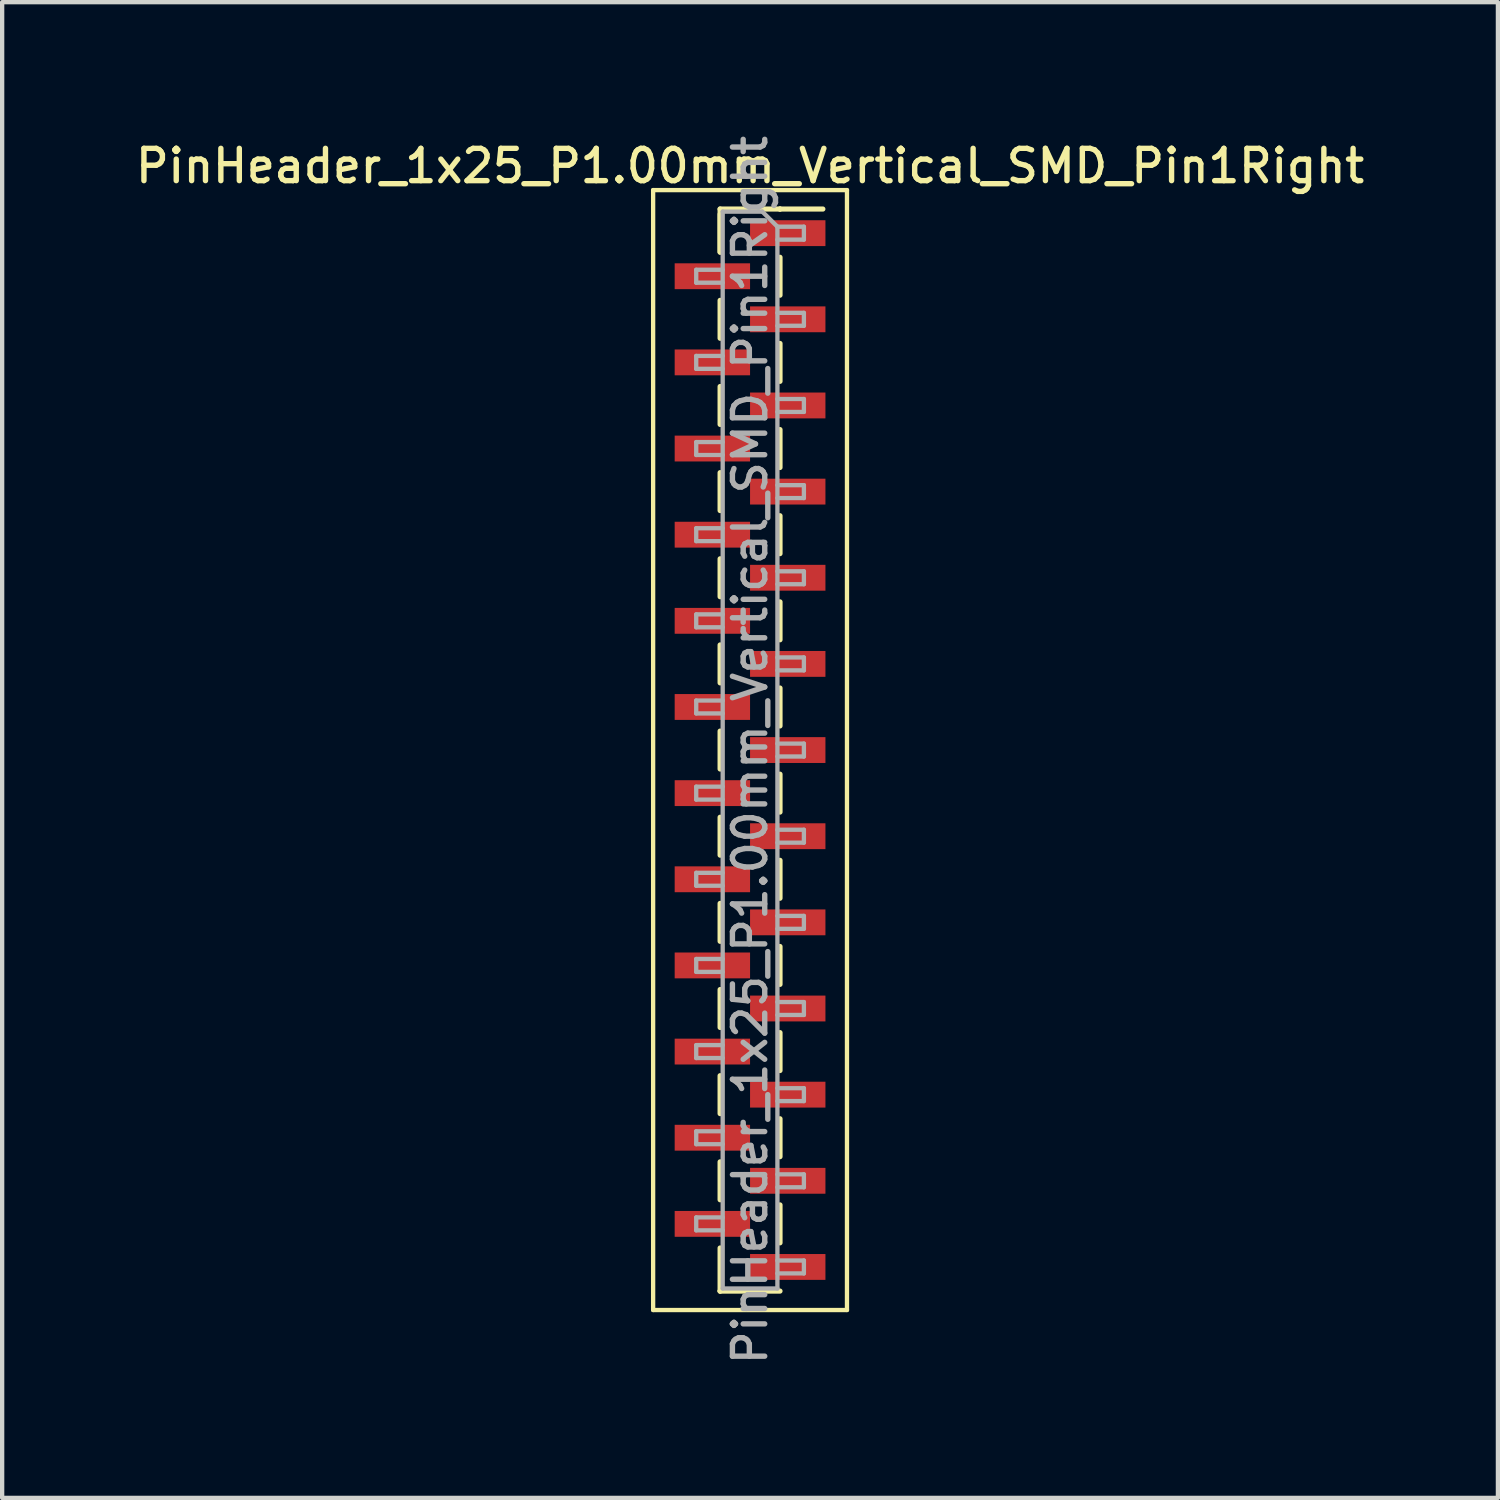
<source format=kicad_pcb>
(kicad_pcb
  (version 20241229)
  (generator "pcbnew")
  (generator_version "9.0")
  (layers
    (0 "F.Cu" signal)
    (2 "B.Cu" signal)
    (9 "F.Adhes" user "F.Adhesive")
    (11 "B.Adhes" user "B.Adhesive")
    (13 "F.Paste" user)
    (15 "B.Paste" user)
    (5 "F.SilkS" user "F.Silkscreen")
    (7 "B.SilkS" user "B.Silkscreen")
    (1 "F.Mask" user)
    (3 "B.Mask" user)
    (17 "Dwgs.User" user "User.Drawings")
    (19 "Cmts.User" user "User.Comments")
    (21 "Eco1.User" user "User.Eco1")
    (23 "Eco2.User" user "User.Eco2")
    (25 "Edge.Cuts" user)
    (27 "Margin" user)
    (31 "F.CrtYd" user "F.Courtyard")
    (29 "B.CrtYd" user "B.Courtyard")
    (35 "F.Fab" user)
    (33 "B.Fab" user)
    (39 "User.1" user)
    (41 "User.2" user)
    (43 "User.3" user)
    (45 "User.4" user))
  (footprint "PinHeader_1x25_P1.00mm_Vertical_SMD_Pin1Right"
    (layer "F.Cu")
    (at 14.363 14.363)
    (property "Reference" "PinHeader_1x25_P1.00mm_Vertical_SMD_Pin1Right" (at 0 -13.56 0) (layer "F.SilkS") (effects (font (size 0.75 0.75) (thickness 0.125))))
    (attr smd)
    (fp_line (start -2.25 -13) (end -2.25 13) (stroke (width 0.1) (type solid)) (layer "F.SilkS"))
    (fp_line (start -2.25 13) (end 2.25 13) (stroke (width 0.1) (type solid)) (layer "F.SilkS"))
    (fp_line (start -0.695 -12.56) (end -0.695 -11.56) (stroke (width 0.12) (type solid)) (layer "F.SilkS"))
    (fp_line (start -0.695 -12.56) (end 0.695 -12.56) (stroke (width 0.12) (type solid)) (layer "F.SilkS"))
    (fp_line (start -0.695 -12.44) (end -0.695 -11.56) (stroke (width 0.12) (type solid)) (layer "F.SilkS"))
    (fp_line (start -0.695 -10.44) (end -0.695 -9.56) (stroke (width 0.12) (type solid)) (layer "F.SilkS"))
    (fp_line (start -0.695 -8.44) (end -0.695 -7.56) (stroke (width 0.12) (type solid)) (layer "F.SilkS"))
    (fp_line (start -0.695 -6.44) (end -0.695 -5.56) (stroke (width 0.12) (type solid)) (layer "F.SilkS"))
    (fp_line (start -0.695 -4.44) (end -0.695 -3.56) (stroke (width 0.12) (type solid)) (layer "F.SilkS"))
    (fp_line (start -0.695 -2.44) (end -0.695 -1.56) (stroke (width 0.12) (type solid)) (layer "F.SilkS"))
    (fp_line (start -0.695 -0.44) (end -0.695 0.44) (stroke (width 0.12) (type solid)) (layer "F.SilkS"))
    (fp_line (start -0.695 1.56) (end -0.695 2.44) (stroke (width 0.12) (type solid)) (layer "F.SilkS"))
    (fp_line (start -0.695 3.56) (end -0.695 4.44) (stroke (width 0.12) (type solid)) (layer "F.SilkS"))
    (fp_line (start -0.695 5.56) (end -0.695 6.44) (stroke (width 0.12) (type solid)) (layer "F.SilkS"))
    (fp_line (start -0.695 7.56) (end -0.695 8.44) (stroke (width 0.12) (type solid)) (layer "F.SilkS"))
    (fp_line (start -0.695 9.56) (end -0.695 10.44) (stroke (width 0.12) (type solid)) (layer "F.SilkS"))
    (fp_line (start -0.695 11.56) (end -0.695 12.56) (stroke (width 0.12) (type solid)) (layer "F.SilkS"))
    (fp_line (start -0.695 12.56) (end -0.695 12.56) (stroke (width 0.12) (type solid)) (layer "F.SilkS"))
    (fp_line (start -0.695 12.56) (end 0.695 12.56) (stroke (width 0.12) (type solid)) (layer "F.SilkS"))
    (fp_line (start 0.695 -12.56) (end 0.695 -12.56) (stroke (width 0.12) (type solid)) (layer "F.SilkS"))
    (fp_line (start 0.695 -12.56) (end 1.69 -12.56) (stroke (width 0.12) (type solid)) (layer "F.SilkS"))
    (fp_line (start 0.695 -11.44) (end 0.695 -10.56) (stroke (width 0.12) (type solid)) (layer "F.SilkS"))
    (fp_line (start 0.695 -9.44) (end 0.695 -8.56) (stroke (width 0.12) (type solid)) (layer "F.SilkS"))
    (fp_line (start 0.695 -7.44) (end 0.695 -6.56) (stroke (width 0.12) (type solid)) (layer "F.SilkS"))
    (fp_line (start 0.695 -5.44) (end 0.695 -4.56) (stroke (width 0.12) (type solid)) (layer "F.SilkS"))
    (fp_line (start 0.695 -3.44) (end 0.695 -2.56) (stroke (width 0.12) (type solid)) (layer "F.SilkS"))
    (fp_line (start 0.695 -1.44) (end 0.695 -0.56) (stroke (width 0.12) (type solid)) (layer "F.SilkS"))
    (fp_line (start 0.695 0.56) (end 0.695 1.44) (stroke (width 0.12) (type solid)) (layer "F.SilkS"))
    (fp_line (start 0.695 2.56) (end 0.695 3.44) (stroke (width 0.12) (type solid)) (layer "F.SilkS"))
    (fp_line (start 0.695 4.56) (end 0.695 5.44) (stroke (width 0.12) (type solid)) (layer "F.SilkS"))
    (fp_line (start 0.695 6.56) (end 0.695 7.44) (stroke (width 0.12) (type solid)) (layer "F.SilkS"))
    (fp_line (start 0.695 8.56) (end 0.695 9.44) (stroke (width 0.12) (type solid)) (layer "F.SilkS"))
    (fp_line (start 0.695 10.56) (end 0.695 11.44) (stroke (width 0.12) (type solid)) (layer "F.SilkS"))
    (fp_line (start 2.25 -13) (end -2.25 -13) (stroke (width 0.1) (type solid)) (layer "F.SilkS"))
    (fp_line (start 2.25 13) (end 2.25 -13) (stroke (width 0.1) (type solid)) (layer "F.SilkS"))
    (fp_line (start -1.25 -11.15) (end -1.25 -10.85) (stroke (width 0.1) (type solid)) (layer "F.Fab"))
    (fp_line (start -1.25 -10.85) (end -0.635 -10.85) (stroke (width 0.1) (type solid)) (layer "F.Fab"))
    (fp_line (start -1.25 -9.15) (end -1.25 -8.85) (stroke (width 0.1) (type solid)) (layer "F.Fab"))
    (fp_line (start -1.25 -8.85) (end -0.635 -8.85) (stroke (width 0.1) (type solid)) (layer "F.Fab"))
    (fp_line (start -1.25 -7.15) (end -1.25 -6.85) (stroke (width 0.1) (type solid)) (layer "F.Fab"))
    (fp_line (start -1.25 -6.85) (end -0.635 -6.85) (stroke (width 0.1) (type solid)) (layer "F.Fab"))
    (fp_line (start -1.25 -5.15) (end -1.25 -4.85) (stroke (width 0.1) (type solid)) (layer "F.Fab"))
    (fp_line (start -1.25 -4.85) (end -0.635 -4.85) (stroke (width 0.1) (type solid)) (layer "F.Fab"))
    (fp_line (start -1.25 -3.15) (end -1.25 -2.85) (stroke (width 0.1) (type solid)) (layer "F.Fab"))
    (fp_line (start -1.25 -2.85) (end -0.635 -2.85) (stroke (width 0.1) (type solid)) (layer "F.Fab"))
    (fp_line (start -1.25 -1.15) (end -1.25 -0.85) (stroke (width 0.1) (type solid)) (layer "F.Fab"))
    (fp_line (start -1.25 -0.85) (end -0.635 -0.85) (stroke (width 0.1) (type solid)) (layer "F.Fab"))
    (fp_line (start -1.25 0.85) (end -1.25 1.15) (stroke (width 0.1) (type solid)) (layer "F.Fab"))
    (fp_line (start -1.25 1.15) (end -0.635 1.15) (stroke (width 0.1) (type solid)) (layer "F.Fab"))
    (fp_line (start -1.25 2.85) (end -1.25 3.15) (stroke (width 0.1) (type solid)) (layer "F.Fab"))
    (fp_line (start -1.25 3.15) (end -0.635 3.15) (stroke (width 0.1) (type solid)) (layer "F.Fab"))
    (fp_line (start -1.25 4.85) (end -1.25 5.15) (stroke (width 0.1) (type solid)) (layer "F.Fab"))
    (fp_line (start -1.25 5.15) (end -0.635 5.15) (stroke (width 0.1) (type solid)) (layer "F.Fab"))
    (fp_line (start -1.25 6.85) (end -1.25 7.15) (stroke (width 0.1) (type solid)) (layer "F.Fab"))
    (fp_line (start -1.25 7.15) (end -0.635 7.15) (stroke (width 0.1) (type solid)) (layer "F.Fab"))
    (fp_line (start -1.25 8.85) (end -1.25 9.15) (stroke (width 0.1) (type solid)) (layer "F.Fab"))
    (fp_line (start -1.25 9.15) (end -0.635 9.15) (stroke (width 0.1) (type solid)) (layer "F.Fab"))
    (fp_line (start -1.25 10.85) (end -1.25 11.15) (stroke (width 0.1) (type solid)) (layer "F.Fab"))
    (fp_line (start -1.25 11.15) (end -0.635 11.15) (stroke (width 0.1) (type solid)) (layer "F.Fab"))
    (fp_line (start -0.635 -12.5) (end -0.635 12.5) (stroke (width 0.1) (type solid)) (layer "F.Fab"))
    (fp_line (start -0.635 -12.5) (end 0.285 -12.5) (stroke (width 0.1) (type solid)) (layer "F.Fab"))
    (fp_line (start -0.635 -11.15) (end -1.25 -11.15) (stroke (width 0.1) (type solid)) (layer "F.Fab"))
    (fp_line (start -0.635 -9.15) (end -1.25 -9.15) (stroke (width 0.1) (type solid)) (layer "F.Fab"))
    (fp_line (start -0.635 -7.15) (end -1.25 -7.15) (stroke (width 0.1) (type solid)) (layer "F.Fab"))
    (fp_line (start -0.635 -5.15) (end -1.25 -5.15) (stroke (width 0.1) (type solid)) (layer "F.Fab"))
    (fp_line (start -0.635 -3.15) (end -1.25 -3.15) (stroke (width 0.1) (type solid)) (layer "F.Fab"))
    (fp_line (start -0.635 -1.15) (end -1.25 -1.15) (stroke (width 0.1) (type solid)) (layer "F.Fab"))
    (fp_line (start -0.635 0.85) (end -1.25 0.85) (stroke (width 0.1) (type solid)) (layer "F.Fab"))
    (fp_line (start -0.635 2.85) (end -1.25 2.85) (stroke (width 0.1) (type solid)) (layer "F.Fab"))
    (fp_line (start -0.635 4.85) (end -1.25 4.85) (stroke (width 0.1) (type solid)) (layer "F.Fab"))
    (fp_line (start -0.635 6.85) (end -1.25 6.85) (stroke (width 0.1) (type solid)) (layer "F.Fab"))
    (fp_line (start -0.635 8.85) (end -1.25 8.85) (stroke (width 0.1) (type solid)) (layer "F.Fab"))
    (fp_line (start -0.635 10.85) (end -1.25 10.85) (stroke (width 0.1) (type solid)) (layer "F.Fab"))
    (fp_line (start 0.635 -12.15) (end 0.285 -12.5) (stroke (width 0.1) (type solid)) (layer "F.Fab"))
    (fp_line (start 0.635 -12.15) (end 1.25 -12.15) (stroke (width 0.1) (type solid)) (layer "F.Fab"))
    (fp_line (start 0.635 -10.15) (end 1.25 -10.15) (stroke (width 0.1) (type solid)) (layer "F.Fab"))
    (fp_line (start 0.635 -8.15) (end 1.25 -8.15) (stroke (width 0.1) (type solid)) (layer "F.Fab"))
    (fp_line (start 0.635 -6.15) (end 1.25 -6.15) (stroke (width 0.1) (type solid)) (layer "F.Fab"))
    (fp_line (start 0.635 -4.15) (end 1.25 -4.15) (stroke (width 0.1) (type solid)) (layer "F.Fab"))
    (fp_line (start 0.635 -2.15) (end 1.25 -2.15) (stroke (width 0.1) (type solid)) (layer "F.Fab"))
    (fp_line (start 0.635 -0.15) (end 1.25 -0.15) (stroke (width 0.1) (type solid)) (layer "F.Fab"))
    (fp_line (start 0.635 1.85) (end 1.25 1.85) (stroke (width 0.1) (type solid)) (layer "F.Fab"))
    (fp_line (start 0.635 3.85) (end 1.25 3.85) (stroke (width 0.1) (type solid)) (layer "F.Fab"))
    (fp_line (start 0.635 5.85) (end 1.25 5.85) (stroke (width 0.1) (type solid)) (layer "F.Fab"))
    (fp_line (start 0.635 7.85) (end 1.25 7.85) (stroke (width 0.1) (type solid)) (layer "F.Fab"))
    (fp_line (start 0.635 9.85) (end 1.25 9.85) (stroke (width 0.1) (type solid)) (layer "F.Fab"))
    (fp_line (start 0.635 11.85) (end 1.25 11.85) (stroke (width 0.1) (type solid)) (layer "F.Fab"))
    (fp_line (start 0.635 12.5) (end -0.635 12.5) (stroke (width 0.1) (type solid)) (layer "F.Fab"))
    (fp_line (start 0.635 12.5) (end 0.635 -12.15) (stroke (width 0.1) (type solid)) (layer "F.Fab"))
    (fp_line (start 1.25 -12.15) (end 1.25 -11.85) (stroke (width 0.1) (type solid)) (layer "F.Fab"))
    (fp_line (start 1.25 -11.85) (end 0.635 -11.85) (stroke (width 0.1) (type solid)) (layer "F.Fab"))
    (fp_line (start 1.25 -10.15) (end 1.25 -9.85) (stroke (width 0.1) (type solid)) (layer "F.Fab"))
    (fp_line (start 1.25 -9.85) (end 0.635 -9.85) (stroke (width 0.1) (type solid)) (layer "F.Fab"))
    (fp_line (start 1.25 -8.15) (end 1.25 -7.85) (stroke (width 0.1) (type solid)) (layer "F.Fab"))
    (fp_line (start 1.25 -7.85) (end 0.635 -7.85) (stroke (width 0.1) (type solid)) (layer "F.Fab"))
    (fp_line (start 1.25 -6.15) (end 1.25 -5.85) (stroke (width 0.1) (type solid)) (layer "F.Fab"))
    (fp_line (start 1.25 -5.85) (end 0.635 -5.85) (stroke (width 0.1) (type solid)) (layer "F.Fab"))
    (fp_line (start 1.25 -4.15) (end 1.25 -3.85) (stroke (width 0.1) (type solid)) (layer "F.Fab"))
    (fp_line (start 1.25 -3.85) (end 0.635 -3.85) (stroke (width 0.1) (type solid)) (layer "F.Fab"))
    (fp_line (start 1.25 -2.15) (end 1.25 -1.85) (stroke (width 0.1) (type solid)) (layer "F.Fab"))
    (fp_line (start 1.25 -1.85) (end 0.635 -1.85) (stroke (width 0.1) (type solid)) (layer "F.Fab"))
    (fp_line (start 1.25 -0.15) (end 1.25 0.15) (stroke (width 0.1) (type solid)) (layer "F.Fab"))
    (fp_line (start 1.25 0.15) (end 0.635 0.15) (stroke (width 0.1) (type solid)) (layer "F.Fab"))
    (fp_line (start 1.25 1.85) (end 1.25 2.15) (stroke (width 0.1) (type solid)) (layer "F.Fab"))
    (fp_line (start 1.25 2.15) (end 0.635 2.15) (stroke (width 0.1) (type solid)) (layer "F.Fab"))
    (fp_line (start 1.25 3.85) (end 1.25 4.15) (stroke (width 0.1) (type solid)) (layer "F.Fab"))
    (fp_line (start 1.25 4.15) (end 0.635 4.15) (stroke (width 0.1) (type solid)) (layer "F.Fab"))
    (fp_line (start 1.25 5.85) (end 1.25 6.15) (stroke (width 0.1) (type solid)) (layer "F.Fab"))
    (fp_line (start 1.25 6.15) (end 0.635 6.15) (stroke (width 0.1) (type solid)) (layer "F.Fab"))
    (fp_line (start 1.25 7.85) (end 1.25 8.15) (stroke (width 0.1) (type solid)) (layer "F.Fab"))
    (fp_line (start 1.25 8.15) (end 0.635 8.15) (stroke (width 0.1) (type solid)) (layer "F.Fab"))
    (fp_line (start 1.25 9.85) (end 1.25 10.15) (stroke (width 0.1) (type solid)) (layer "F.Fab"))
    (fp_line (start 1.25 10.15) (end 0.635 10.15) (stroke (width 0.1) (type solid)) (layer "F.Fab"))
    (fp_line (start 1.25 11.85) (end 1.25 12.15) (stroke (width 0.1) (type solid)) (layer "F.Fab"))
    (fp_line (start 1.25 12.15) (end 0.635 12.15) (stroke (width 0.1) (type solid)) (layer "F.Fab"))
    (fp_text user "${REFERENCE}" (at 0 0 90) (layer "F.Fab") (effects (font (size 0.75 0.75) (thickness 0.125))))
    (pad "1" smd rect (at 0.875 -12) (size 1.75 0.6) (layers "F.Cu" "F.Mask" "F.Paste"))
    (pad "2" smd rect (at -0.875 -11) (size 1.75 0.6) (layers "F.Cu" "F.Mask" "F.Paste"))
    (pad "3" smd rect (at 0.875 -10) (size 1.75 0.6) (layers "F.Cu" "F.Mask" "F.Paste"))
    (pad "4" smd rect (at -0.875 -9) (size 1.75 0.6) (layers "F.Cu" "F.Mask" "F.Paste"))
    (pad "5" smd rect (at 0.875 -8) (size 1.75 0.6) (layers "F.Cu" "F.Mask" "F.Paste"))
    (pad "6" smd rect (at -0.875 -7) (size 1.75 0.6) (layers "F.Cu" "F.Mask" "F.Paste"))
    (pad "7" smd rect (at 0.875 -6) (size 1.75 0.6) (layers "F.Cu" "F.Mask" "F.Paste"))
    (pad "8" smd rect (at -0.875 -5) (size 1.75 0.6) (layers "F.Cu" "F.Mask" "F.Paste"))
    (pad "9" smd rect (at 0.875 -4) (size 1.75 0.6) (layers "F.Cu" "F.Mask" "F.Paste"))
    (pad "10" smd rect (at -0.875 -3) (size 1.75 0.6) (layers "F.Cu" "F.Mask" "F.Paste"))
    (pad "11" smd rect (at 0.875 -2) (size 1.75 0.6) (layers "F.Cu" "F.Mask" "F.Paste"))
    (pad "12" smd rect (at -0.875 -1) (size 1.75 0.6) (layers "F.Cu" "F.Mask" "F.Paste"))
    (pad "13" smd rect (at 0.875 0) (size 1.75 0.6) (layers "F.Cu" "F.Mask" "F.Paste"))
    (pad "14" smd rect (at -0.875 1) (size 1.75 0.6) (layers "F.Cu" "F.Mask" "F.Paste"))
    (pad "15" smd rect (at 0.875 2) (size 1.75 0.6) (layers "F.Cu" "F.Mask" "F.Paste"))
    (pad "16" smd rect (at -0.875 3) (size 1.75 0.6) (layers "F.Cu" "F.Mask" "F.Paste"))
    (pad "17" smd rect (at 0.875 4) (size 1.75 0.6) (layers "F.Cu" "F.Mask" "F.Paste"))
    (pad "18" smd rect (at -0.875 5) (size 1.75 0.6) (layers "F.Cu" "F.Mask" "F.Paste"))
    (pad "19" smd rect (at 0.875 6) (size 1.75 0.6) (layers "F.Cu" "F.Mask" "F.Paste"))
    (pad "20" smd rect (at -0.875 7) (size 1.75 0.6) (layers "F.Cu" "F.Mask" "F.Paste"))
    (pad "21" smd rect (at 0.875 8) (size 1.75 0.6) (layers "F.Cu" "F.Mask" "F.Paste"))
    (pad "22" smd rect (at -0.875 9) (size 1.75 0.6) (layers "F.Cu" "F.Mask" "F.Paste"))
    (pad "23" smd rect (at 0.875 10) (size 1.75 0.6) (layers "F.Cu" "F.Mask" "F.Paste"))
    (pad "24" smd rect (at -0.875 11) (size 1.75 0.6) (layers "F.Cu" "F.Mask" "F.Paste"))
    (pad "25" smd rect (at 0.875 12) (size 1.75 0.6) (layers "F.Cu" "F.Mask" "F.Paste")))
  (gr_rect
    (start -3 -3)
    (end 31.725 31.725)
    (stroke (width 0.1) (type default))
    (fill no)
    (layer "Edge.Cuts")))
</source>
